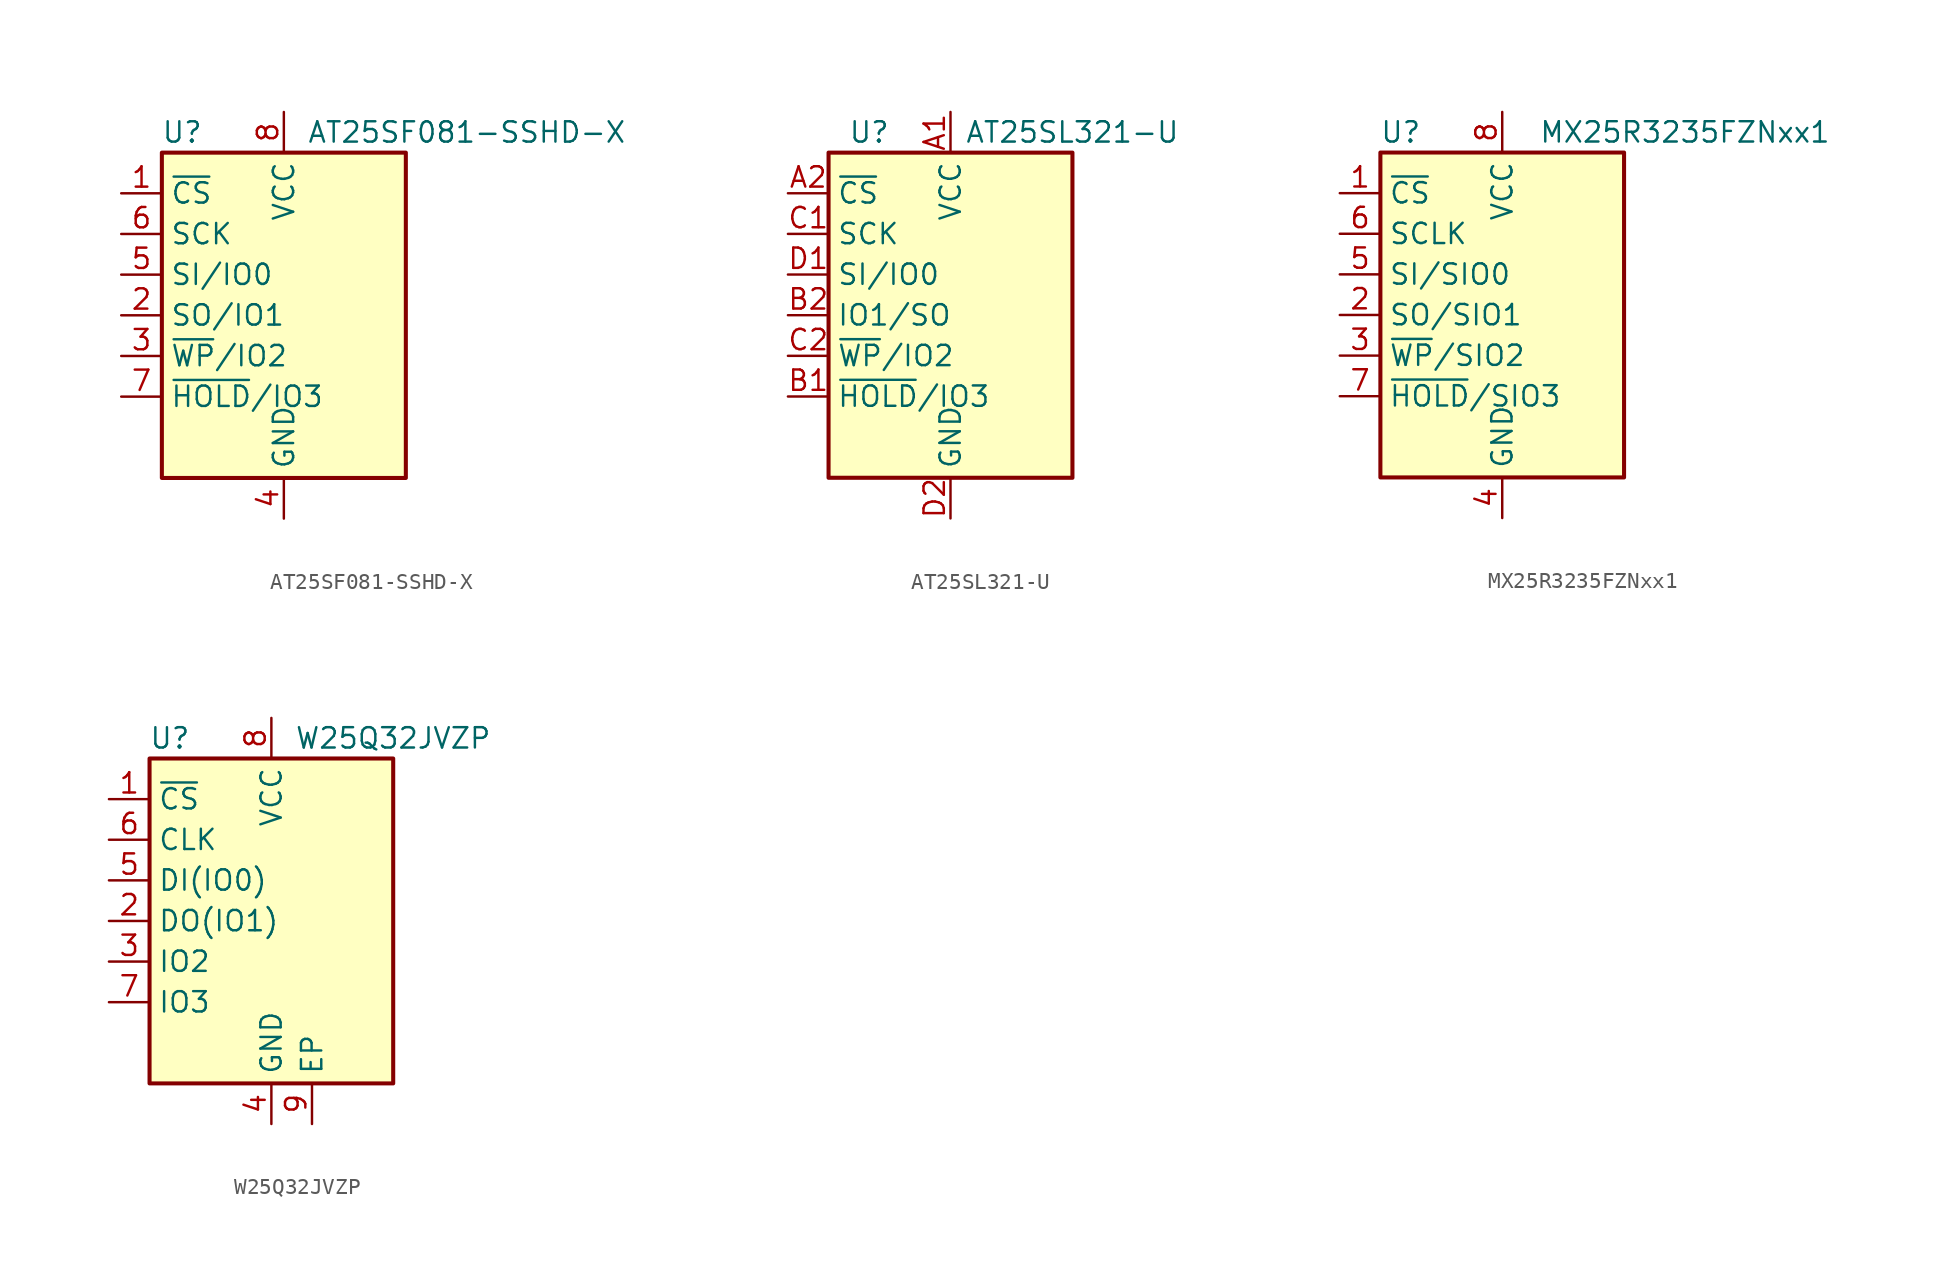
<source format=kicad_sym>
(kicad_symbol_lib
  (version 20211014)
  (generator kicad_symbol_editor)
  (symbol "AT25SF081-SSHD-X"
    (property "Reference" "U"
      (at -6.35 11.43 0)
      (effects (font (size 1.27 1.27))))
    (property "Value" "AT25SF081-SSHD-X"
      (at 11.43 11.43 0)
      (effects (font (size 1.27 1.27))))
    (symbol "AT25SF081-SSHD-X_0_1"
      (rectangle (start -7.62 10.16) (end 7.62 -10.16) (stroke (width 0.254) (type default) (color 0 0 0 0)) (fill (type background))))
    (symbol "AT25SF081-SSHD-X_1_1"
      (pin input line (at -10.16 7.62 0) (length 2.54) (name "~{CS}" (effects (font (size 1.27 1.27)))) (number "1" (effects (font (size 1.27 1.27)))))
      (pin bidirectional line (at -10.16 0 0) (length 2.54) (name "SO/IO1" (effects (font (size 1.27 1.27)))) (number "2" (effects (font (size 1.27 1.27)))))
      (pin bidirectional line (at -10.16 -2.54 0) (length 2.54) (name "~{WP}/IO2" (effects (font (size 1.27 1.27)))) (number "3" (effects (font (size 1.27 1.27)))))
      (pin power_in line (at 0 -12.7 90) (length 2.54) (name "GND" (effects (font (size 1.27 1.27)))) (number "4" (effects (font (size 1.27 1.27)))))
      (pin bidirectional line (at -10.16 2.54 0) (length 2.54) (name "SI/IO0" (effects (font (size 1.27 1.27)))) (number "5" (effects (font (size 1.27 1.27)))))
      (pin input line (at -10.16 5.08 0) (length 2.54) (name "SCK" (effects (font (size 1.27 1.27)))) (number "6" (effects (font (size 1.27 1.27)))))
      (pin bidirectional line (at -10.16 -5.08 0) (length 2.54) (name "~{HOLD}/IO3" (effects (font (size 1.27 1.27)))) (number "7" (effects (font (size 1.27 1.27)))))
      (pin power_in line (at 0 12.7 270) (length 2.54) (name "VCC" (effects (font (size 1.27 1.27)))) (number "8" (effects (font (size 1.27 1.27)))))))
  (symbol "AT25SL321-U"
    (property "Reference" "U"
      (at -5.08 11.43 0)
      (effects (font (size 1.27 1.27))))
    (property "Value" "AT25SL321-U"
      (at 7.62 11.43 0)
      (effects (font (size 1.27 1.27))))
    (symbol "AT25SL321-U_0_1"
      (rectangle (start -7.62 10.16) (end 7.62 -10.16) (stroke (width 0.254) (type default) (color 0 0 0 0)) (fill (type background))))
    (symbol "AT25SL321-U_1_1"
      (pin power_in line (at 0 12.7 270) (length 2.54) (name "VCC" (effects (font (size 1.27 1.27)))) (number "A1" (effects (font (size 1.27 1.27)))))
      (pin input line (at -10.16 7.62 0) (length 2.54) (name "~{CS}" (effects (font (size 1.27 1.27)))) (number "A2" (effects (font (size 1.27 1.27)))))
      (pin bidirectional line (at -10.16 -5.08 0) (length 2.54) (name "~{HOLD}/IO3" (effects (font (size 1.27 1.27)))) (number "B1" (effects (font (size 1.27 1.27)))))
      (pin bidirectional line (at -10.16 0 0) (length 2.54) (name "IO1/SO" (effects (font (size 1.27 1.27)))) (number "B2" (effects (font (size 1.27 1.27)))))
      (pin input line (at -10.16 5.08 0) (length 2.54) (name "SCK" (effects (font (size 1.27 1.27)))) (number "C1" (effects (font (size 1.27 1.27)))))
      (pin bidirectional line (at -10.16 -2.54 0) (length 2.54) (name "~{WP}/IO2" (effects (font (size 1.27 1.27)))) (number "C2" (effects (font (size 1.27 1.27)))))
      (pin bidirectional line (at -10.16 2.54 0) (length 2.54) (name "SI/IO0" (effects (font (size 1.27 1.27)))) (number "D1" (effects (font (size 1.27 1.27)))))
      (pin power_in line (at 0 -12.7 90) (length 2.54) (name "GND" (effects (font (size 1.27 1.27)))) (number "D2" (effects (font (size 1.27 1.27)))))))
  (symbol "MX25R3235FZNxx1"
    (property "Reference" "U"
      (at -6.35 11.43 0)
      (effects (font (size 1.27 1.27))))
    (property "Value" "MX25R3235FZNxx1"
      (at 11.43 11.43 0)
      (effects (font (size 1.27 1.27))))
    (symbol "MX25R3235FZNxx1_0_1"
      (rectangle (start -7.62 10.16) (end 7.62 -10.16) (stroke (width 0.254) (type default) (color 0 0 0 0)) (fill (type background))))
    (symbol "MX25R3235FZNxx1_1_1"
      (pin input line (at -10.16 7.62 0) (length 2.54) (name "~{CS}" (effects (font (size 1.27 1.27)))) (number "1" (effects (font (size 1.27 1.27)))))
      (pin bidirectional line (at -10.16 0 0) (length 2.54) (name "SO/SIO1" (effects (font (size 1.27 1.27)))) (number "2" (effects (font (size 1.27 1.27)))))
      (pin bidirectional line (at -10.16 -2.54 0) (length 2.54) (name "~{WP}/SIO2" (effects (font (size 1.27 1.27)))) (number "3" (effects (font (size 1.27 1.27)))))
      (pin power_in line (at 0 -12.7 90) (length 2.54) (name "GND" (effects (font (size 1.27 1.27)))) (number "4" (effects (font (size 1.27 1.27)))))
      (pin bidirectional line (at -10.16 2.54 0) (length 2.54) (name "SI/SIO0" (effects (font (size 1.27 1.27)))) (number "5" (effects (font (size 1.27 1.27)))))
      (pin input line (at -10.16 5.08 0) (length 2.54) (name "SCLK" (effects (font (size 1.27 1.27)))) (number "6" (effects (font (size 1.27 1.27)))))
      (pin bidirectional line (at -10.16 -5.08 0) (length 2.54) (name "~{HOLD}/SIO3" (effects (font (size 1.27 1.27)))) (number "7" (effects (font (size 1.27 1.27)))))
      (pin power_in line (at 0 12.7 270) (length 2.54) (name "VCC" (effects (font (size 1.27 1.27)))) (number "8" (effects (font (size 1.27 1.27)))))
      (pin passive line (at 0 -12.7 90) (length 2.54) hide (name "GND" (effects (font (size 1.27 1.27)))) (number "9" (effects (font (size 1.27 1.27)))))))
  (symbol "W25Q32JVZP"
    (property "Reference" "U"
      (at -6.35 11.43 0)
      (effects (font (size 1.27 1.27))))
    (property "Value" "W25Q32JVZP"
      (at 7.62 11.43 0)
      (effects (font (size 1.27 1.27))))
    (symbol "W25Q32JVZP_0_1"
      (rectangle (start -7.62 10.16) (end 7.62 -10.16) (stroke (width 0.254) (type default) (color 0 0 0 0)) (fill (type background))))
    (symbol "W25Q32JVZP_1_1"
      (pin input line (at -10.16 7.62 0) (length 2.54) (name "~{CS}" (effects (font (size 1.27 1.27)))) (number "1" (effects (font (size 1.27 1.27)))))
      (pin bidirectional line (at -10.16 0 0) (length 2.54) (name "DO(IO1)" (effects (font (size 1.27 1.27)))) (number "2" (effects (font (size 1.27 1.27)))))
      (pin bidirectional line (at -10.16 -2.54 0) (length 2.54) (name "IO2" (effects (font (size 1.27 1.27)))) (number "3" (effects (font (size 1.27 1.27)))))
      (pin power_in line (at 0 -12.7 90) (length 2.54) (name "GND" (effects (font (size 1.27 1.27)))) (number "4" (effects (font (size 1.27 1.27)))))
      (pin bidirectional line (at -10.16 2.54 0) (length 2.54) (name "DI(IO0)" (effects (font (size 1.27 1.27)))) (number "5" (effects (font (size 1.27 1.27)))))
      (pin input line (at -10.16 5.08 0) (length 2.54) (name "CLK" (effects (font (size 1.27 1.27)))) (number "6" (effects (font (size 1.27 1.27)))))
      (pin bidirectional line (at -10.16 -5.08 0) (length 2.54) (name "IO3" (effects (font (size 1.27 1.27)))) (number "7" (effects (font (size 1.27 1.27)))))
      (pin power_in line (at 0 12.7 270) (length 2.54) (name "VCC" (effects (font (size 1.27 1.27)))) (number "8" (effects (font (size 1.27 1.27)))))
      (pin passive line (at 2.54 -12.7 90) (length 2.54) (name "EP" (effects (font (size 1.27 1.27)))) (number "9" (effects (font (size 1.27 1.27))))))))
</source>
